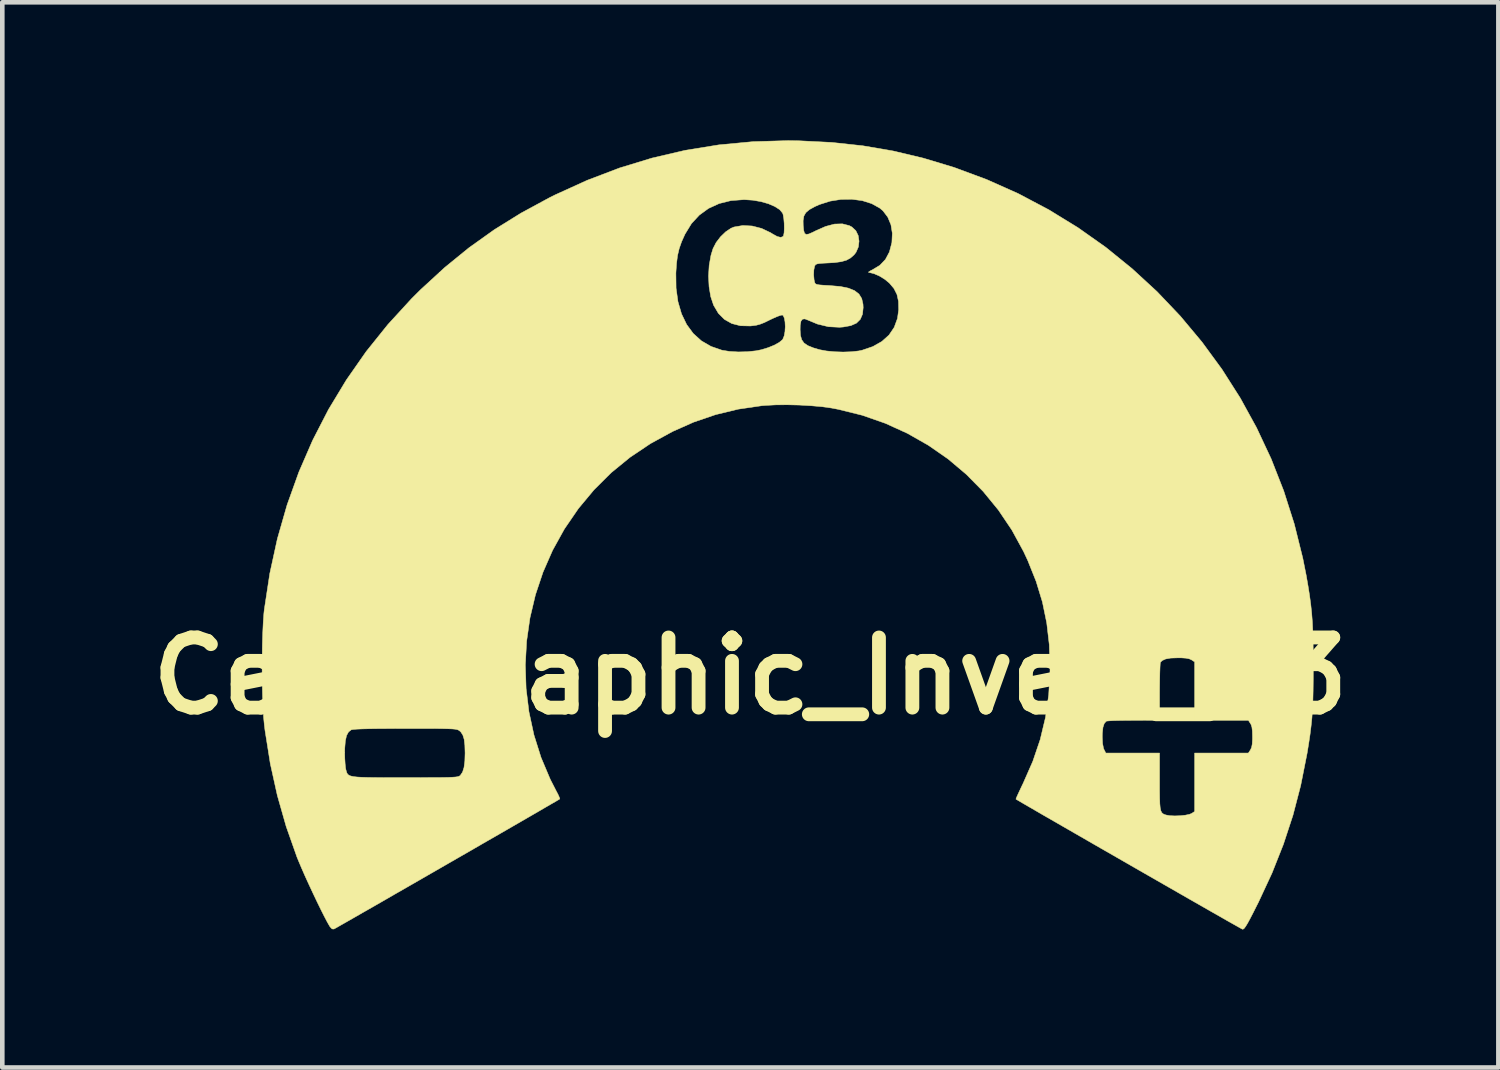
<source format=kicad_pcb>
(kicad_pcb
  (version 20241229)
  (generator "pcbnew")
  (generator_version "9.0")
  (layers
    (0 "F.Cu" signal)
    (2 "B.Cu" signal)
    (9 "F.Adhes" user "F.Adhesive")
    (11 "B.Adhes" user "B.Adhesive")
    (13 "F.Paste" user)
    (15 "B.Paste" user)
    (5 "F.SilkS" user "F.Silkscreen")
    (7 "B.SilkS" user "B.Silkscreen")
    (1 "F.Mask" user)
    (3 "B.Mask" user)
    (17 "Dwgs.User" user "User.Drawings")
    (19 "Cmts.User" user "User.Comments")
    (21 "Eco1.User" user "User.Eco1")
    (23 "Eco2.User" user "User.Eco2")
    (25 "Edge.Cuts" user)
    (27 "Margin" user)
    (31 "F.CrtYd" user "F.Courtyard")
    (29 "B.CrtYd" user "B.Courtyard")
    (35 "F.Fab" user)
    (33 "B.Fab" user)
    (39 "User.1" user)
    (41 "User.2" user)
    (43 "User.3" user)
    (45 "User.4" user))
  (footprint "Cell_Graphic_Invert_C3"
    (layer "F.Cu")
    (at 13.252 11.634)
    (property "Reference" "Cell_Graphic_Invert_C3" (at 0 0 0) (layer "F.SilkS") (effects (font (size 1.524 1.524) (thickness 0.3))))
    (attr through_hole)
    (fp_poly (pts (xy 1.067 -11.625) (xy 1.768 -11.59) (xy 2.444 -11.517) (xy 3.103 -11.404) (xy 3.755 -11.249) (xy 4.409 -11.052) (xy 4.42 -11.049) (xy 5.134 -10.784) (xy 5.822 -10.477) (xy 6.484 -10.127) (xy 7.118 -9.738) (xy 7.722 -9.311) (xy 8.294 -8.847) (xy 8.835 -8.349) (xy 9.341 -7.817) (xy 9.812 -7.253) (xy 10.247 -6.659) (xy 10.643 -6.037) (xy 10.999 -5.389) (xy 11.315 -4.715) (xy 11.588 -4.018) (xy 11.817 -3.299) (xy 12.001 -2.56) (xy 12.076 -2.184) (xy 12.116 -1.954) (xy 12.149 -1.746) (xy 12.175 -1.552) (xy 12.195 -1.362) (xy 12.21 -1.166) (xy 12.22 -0.954) (xy 12.226 -0.718) (xy 12.229 -0.448) (xy 12.23 -0.216) (xy 12.229 0.075) (xy 12.226 0.324) (xy 12.221 0.541) (xy 12.212 0.734) (xy 12.2 0.914) (xy 12.182 1.089) (xy 12.16 1.268) (xy 12.131 1.462) (xy 12.096 1.678) (xy 12.089 1.714) (xy 11.956 2.383) (xy 11.788 3.028) (xy 11.581 3.658) (xy 11.333 4.284) (xy 11.039 4.916) (xy 11.016 4.961) (xy 10.927 5.138) (xy 10.857 5.273) (xy 10.803 5.373) (xy 10.762 5.44) (xy 10.732 5.482) (xy 10.709 5.501) (xy 10.691 5.504) (xy 10.691 5.504) (xy 10.665 5.49) (xy 10.599 5.453) (xy 10.496 5.395) (xy 10.359 5.318) (xy 10.192 5.222) (xy 9.998 5.112) (xy 9.78 4.987) (xy 9.543 4.852) (xy 9.289 4.706) (xy 9.022 4.553) (xy 8.745 4.394) (xy 8.462 4.232) (xy 8.177 4.068) (xy 7.892 3.904) (xy 7.611 3.743) (xy 7.337 3.585) (xy 7.075 3.434) (xy 6.827 3.291) (xy 6.596 3.158) (xy 6.387 3.038) (xy 6.203 2.931) (xy 6.046 2.84) (xy 5.922 2.768) (xy 5.832 2.715) (xy 5.781 2.685) (xy 5.77 2.678) (xy 5.777 2.654) (xy 5.804 2.593) (xy 5.846 2.502) (xy 5.899 2.39) (xy 5.927 2.332) (xy 6.136 1.857) (xy 6.297 1.383) (xy 6.312 1.32) (xy 7.645 1.32) (xy 7.652 1.468) (xy 7.672 1.572) (xy 7.684 1.601) (xy 7.723 1.676) (xy 8.89 1.676) (xy 8.89 2.294) (xy 8.89 2.498) (xy 8.892 2.657) (xy 8.896 2.778) (xy 8.904 2.866) (xy 8.917 2.927) (xy 8.936 2.968) (xy 8.962 2.994) (xy 8.996 3.011) (xy 9.03 3.022) (xy 9.112 3.037) (xy 9.22 3.042) (xy 9.338 3.038) (xy 9.451 3.026) (xy 9.541 3.007) (xy 9.586 2.989) (xy 9.652 2.945) (xy 9.652 1.676) (xy 10.819 1.676) (xy 10.864 1.608) (xy 10.889 1.555) (xy 10.903 1.482) (xy 10.909 1.376) (xy 10.909 1.321) (xy 10.906 1.198) (xy 10.896 1.113) (xy 10.876 1.053) (xy 10.864 1.034) (xy 10.819 0.965) (xy 9.652 0.965) (xy 9.652 -0.304) (xy 9.585 -0.348) (xy 9.534 -0.371) (xy 9.463 -0.385) (xy 9.36 -0.392) (xy 9.286 -0.392) (xy 9.132 -0.387) (xy 9.021 -0.367) (xy 8.947 -0.333) (xy 8.909 -0.295) (xy 8.904 -0.262) (xy 8.9 -0.187) (xy 8.896 -0.075) (xy 8.893 0.066) (xy 8.891 0.228) (xy 8.89 0.349) (xy 8.89 0.965) (xy 8.325 0.966) (xy 8.159 0.967) (xy 8.011 0.969) (xy 7.886 0.972) (xy 7.794 0.977) (xy 7.741 0.982) (xy 7.732 0.985) (xy 7.688 1.035) (xy 7.66 1.12) (xy 7.647 1.246) (xy 7.645 1.32) (xy 6.312 1.32) (xy 6.412 0.902) (xy 6.482 0.408) (xy 6.51 -0.109) (xy 6.51 -0.178) (xy 6.494 -0.677) (xy 6.439 -1.149) (xy 6.345 -1.605) (xy 6.208 -2.054) (xy 6.027 -2.506) (xy 5.934 -2.705) (xy 5.681 -3.169) (xy 5.388 -3.604) (xy 5.058 -4.007) (xy 4.692 -4.378) (xy 4.295 -4.713) (xy 3.867 -5.01) (xy 3.412 -5.269) (xy 2.933 -5.487) (xy 2.432 -5.662) (xy 1.911 -5.791) (xy 1.765 -5.819) (xy 1.561 -5.848) (xy 1.322 -5.869) (xy 1.064 -5.884) (xy 0.801 -5.89) (xy 0.55 -5.888) (xy 0.325 -5.876) (xy 0.25 -5.87) (xy -0.262 -5.795) (xy -0.754 -5.676) (xy -1.234 -5.512) (xy -1.689 -5.31) (xy -2.17 -5.047) (xy -2.614 -4.749) (xy -3.023 -4.415) (xy -3.396 -4.044) (xy -3.735 -3.637) (xy -4.04 -3.192) (xy -4.044 -3.185) (xy -4.297 -2.728) (xy -4.505 -2.253) (xy -4.669 -1.763) (xy -4.788 -1.261) (xy -4.861 -0.752) (xy -4.889 -0.239) (xy -4.872 0.274) (xy -4.81 0.782) (xy -4.702 1.283) (xy -4.548 1.772) (xy -4.348 2.246) (xy -4.221 2.494) (xy -4.178 2.576) (xy -4.15 2.639) (xy -4.14 2.672) (xy -4.141 2.674) (xy -4.165 2.689) (xy -4.23 2.728) (xy -4.333 2.787) (xy -4.469 2.866) (xy -4.635 2.963) (xy -4.829 3.075) (xy -5.045 3.2) (xy -5.282 3.337) (xy -5.535 3.483) (xy -5.802 3.636) (xy -6.078 3.796) (xy -6.36 3.958) (xy -6.645 4.122) (xy -6.93 4.286) (xy -7.211 4.448) (xy -7.484 4.605) (xy -7.746 4.755) (xy -7.993 4.898) (xy -8.223 5.03) (xy -8.432 5.149) (xy -8.616 5.255) (xy -8.772 5.344) (xy -8.897 5.415) (xy -8.986 5.466) (xy -9.037 5.494) (xy -9.048 5.5) (xy -9.088 5.497) (xy -9.131 5.452) (xy -9.144 5.432) (xy -9.192 5.348) (xy -9.256 5.226) (xy -9.332 5.075) (xy -9.416 4.903) (xy -9.504 4.718) (xy -9.592 4.529) (xy -9.676 4.345) (xy -9.751 4.174) (xy -9.814 4.025) (xy -9.85 3.937) (xy -10.085 3.271) (xy -10.277 2.597) (xy -10.43 1.906) (xy -10.467 1.671) (xy -8.814 1.671) (xy -8.811 1.794) (xy -8.804 1.909) (xy -8.795 1.999) (xy -8.787 2.038) (xy -8.776 2.077) (xy -8.765 2.11) (xy -8.748 2.137) (xy -8.722 2.158) (xy -8.682 2.175) (xy -8.623 2.188) (xy -8.542 2.197) (xy -8.434 2.203) (xy -8.295 2.207) (xy -8.121 2.209) (xy -7.906 2.21) (xy -7.647 2.21) (xy -7.5 2.21) (xy -7.228 2.21) (xy -7.002 2.209) (xy -6.818 2.209) (xy -6.672 2.207) (xy -6.557 2.205) (xy -6.471 2.201) (xy -6.409 2.197) (xy -6.365 2.191) (xy -6.336 2.183) (xy -6.317 2.174) (xy -6.303 2.163) (xy -6.301 2.161) (xy -6.253 2.091) (xy -6.221 1.989) (xy -6.203 1.849) (xy -6.198 1.676) (xy -6.203 1.506) (xy -6.218 1.378) (xy -6.247 1.285) (xy -6.29 1.219) (xy -6.316 1.195) (xy -6.334 1.182) (xy -6.354 1.172) (xy -6.382 1.164) (xy -6.423 1.157) (xy -6.481 1.152) (xy -6.561 1.149) (xy -6.668 1.146) (xy -6.806 1.144) (xy -6.98 1.143) (xy -7.195 1.143) (xy -7.455 1.143) (xy -7.495 1.143) (xy -7.8 1.144) (xy -8.057 1.145) (xy -8.266 1.148) (xy -8.43 1.152) (xy -8.551 1.157) (xy -8.631 1.164) (xy -8.67 1.171) (xy -8.672 1.172) (xy -8.73 1.218) (xy -8.773 1.296) (xy -8.799 1.413) (xy -8.812 1.571) (xy -8.814 1.671) (xy -10.467 1.671) (xy -10.544 1.189) (xy -10.559 1.067) (xy -10.576 0.894) (xy -10.589 0.679) (xy -10.598 0.434) (xy -10.604 0.166) (xy -10.607 -0.114) (xy -10.606 -0.396) (xy -10.602 -0.671) (xy -10.594 -0.93) (xy -10.583 -1.163) (xy -10.569 -1.359) (xy -10.559 -1.448) (xy -10.441 -2.223) (xy -10.276 -2.979) (xy -10.065 -3.715) (xy -9.809 -4.429) (xy -9.509 -5.12) (xy -9.165 -5.788) (xy -8.777 -6.43) (xy -8.347 -7.046) (xy -7.874 -7.635) (xy -7.36 -8.196) (xy -7.16 -8.395) (xy -6.773 -8.75) (xy -1.618 -8.75) (xy -1.614 -8.425) (xy -1.573 -8.13) (xy -1.496 -7.866) (xy -1.385 -7.635) (xy -1.241 -7.439) (xy -1.064 -7.279) (xy -0.855 -7.158) (xy -0.616 -7.075) (xy -0.615 -7.075) (xy -0.452 -7.049) (xy -0.261 -7.038) (xy -0.062 -7.043) (xy 0.126 -7.063) (xy 0.239 -7.086) (xy 0.389 -7.132) (xy 0.521 -7.186) (xy 0.627 -7.245) (xy 0.696 -7.302) (xy 0.706 -7.317) (xy 0.735 -7.388) (xy 0.752 -7.482) (xy 0.754 -7.521) (xy 1.081 -7.521) (xy 1.089 -7.398) (xy 1.115 -7.304) (xy 1.166 -7.232) (xy 1.249 -7.175) (xy 1.37 -7.126) (xy 1.507 -7.086) (xy 1.653 -7.059) (xy 1.828 -7.042) (xy 2.015 -7.036) (xy 2.196 -7.042) (xy 2.355 -7.06) (xy 2.427 -7.075) (xy 2.661 -7.155) (xy 2.857 -7.266) (xy 3.012 -7.405) (xy 3.125 -7.572) (xy 3.196 -7.766) (xy 3.222 -7.954) (xy 3.218 -8.137) (xy 3.185 -8.287) (xy 3.119 -8.417) (xy 3.021 -8.533) (xy 2.922 -8.615) (xy 2.805 -8.687) (xy 2.686 -8.739) (xy 2.583 -8.764) (xy 2.571 -8.764) (xy 2.567 -8.774) (xy 2.603 -8.798) (xy 2.654 -8.824) (xy 2.813 -8.92) (xy 2.935 -9.048) (xy 3.021 -9.21) (xy 3.073 -9.408) (xy 3.075 -9.42) (xy 3.084 -9.617) (xy 3.054 -9.802) (xy 2.985 -9.967) (xy 2.882 -10.103) (xy 2.813 -10.162) (xy 2.637 -10.26) (xy 2.431 -10.325) (xy 2.206 -10.355) (xy 1.969 -10.352) (xy 1.732 -10.314) (xy 1.502 -10.241) (xy 1.403 -10.197) (xy 1.283 -10.131) (xy 1.205 -10.065) (xy 1.162 -9.988) (xy 1.146 -9.889) (xy 1.148 -9.788) (xy 1.158 -9.682) (xy 1.176 -9.618) (xy 1.21 -9.591) (xy 1.269 -9.6) (xy 1.359 -9.639) (xy 1.42 -9.67) (xy 1.635 -9.765) (xy 1.828 -9.816) (xy 1.999 -9.821) (xy 2.15 -9.782) (xy 2.206 -9.752) (xy 2.291 -9.673) (xy 2.343 -9.566) (xy 2.361 -9.444) (xy 2.346 -9.319) (xy 2.295 -9.202) (xy 2.253 -9.148) (xy 2.176 -9.08) (xy 2.087 -9.031) (xy 1.974 -8.999) (xy 1.828 -8.979) (xy 1.706 -8.972) (xy 1.582 -8.966) (xy 1.498 -8.959) (xy 1.447 -8.95) (xy 1.418 -8.935) (xy 1.402 -8.914) (xy 1.395 -8.897) (xy 1.379 -8.818) (xy 1.375 -8.713) (xy 1.384 -8.609) (xy 1.394 -8.56) (xy 1.403 -8.534) (xy 1.419 -8.515) (xy 1.451 -8.503) (xy 1.507 -8.494) (xy 1.596 -8.487) (xy 1.727 -8.48) (xy 1.734 -8.479) (xy 1.955 -8.46) (xy 2.13 -8.424) (xy 2.264 -8.37) (xy 2.359 -8.296) (xy 2.419 -8.199) (xy 2.447 -8.077) (xy 2.451 -8.001) (xy 2.436 -7.857) (xy 2.388 -7.746) (xy 2.305 -7.664) (xy 2.183 -7.61) (xy 2.019 -7.58) (xy 1.937 -7.574) (xy 1.698 -7.586) (xy 1.457 -7.644) (xy 1.261 -7.726) (xy 1.184 -7.756) (xy 1.131 -7.75) (xy 1.099 -7.706) (xy 1.083 -7.619) (xy 1.081 -7.521) (xy 0.754 -7.521) (xy 0.758 -7.587) (xy 0.753 -7.689) (xy 0.738 -7.774) (xy 0.712 -7.829) (xy 0.696 -7.84) (xy 0.66 -7.835) (xy 0.589 -7.81) (xy 0.497 -7.77) (xy 0.425 -7.736) (xy 0.305 -7.677) (xy 0.21 -7.64) (xy 0.124 -7.617) (xy 0.028 -7.605) (xy -0.001 -7.602) (xy -0.215 -7.607) (xy -0.403 -7.655) (xy -0.563 -7.745) (xy -0.695 -7.877) (xy -0.797 -8.05) (xy -0.799 -8.053) (xy -0.861 -8.239) (xy -0.897 -8.454) (xy -0.909 -8.686) (xy -0.895 -8.919) (xy -0.855 -9.141) (xy -0.811 -9.284) (xy -0.744 -9.414) (xy -0.649 -9.539) (xy -0.537 -9.647) (xy -0.421 -9.725) (xy -0.356 -9.752) (xy -0.164 -9.785) (xy 0.04 -9.774) (xy 0.245 -9.721) (xy 0.439 -9.629) (xy 0.483 -9.601) (xy 0.583 -9.546) (xy 0.66 -9.527) (xy 0.709 -9.546) (xy 0.721 -9.565) (xy 0.733 -9.629) (xy 0.737 -9.723) (xy 0.735 -9.832) (xy 0.726 -9.937) (xy 0.712 -10.02) (xy 0.7 -10.055) (xy 0.637 -10.13) (xy 0.531 -10.198) (xy 0.392 -10.258) (xy 0.23 -10.304) (xy 0.052 -10.335) (xy -0.132 -10.347) (xy -0.14 -10.347) (xy -0.421 -10.326) (xy -0.678 -10.262) (xy -0.908 -10.157) (xy -1.109 -10.011) (xy -1.28 -9.826) (xy -1.417 -9.602) (xy -1.422 -9.593) (xy -1.494 -9.433) (xy -1.546 -9.285) (xy -1.582 -9.133) (xy -1.604 -8.962) (xy -1.618 -8.756) (xy -1.618 -8.75) (xy -6.773 -8.75) (xy -6.643 -8.87) (xy -6.114 -9.301) (xy -5.563 -9.694) (xy -4.983 -10.054) (xy -4.367 -10.388) (xy -4.245 -10.449) (xy -3.548 -10.766) (xy -2.845 -11.034) (xy -2.134 -11.251) (xy -1.414 -11.419) (xy -0.683 -11.537) (xy 0.061 -11.607) (xy 0.819 -11.629) (xy 1.067 -11.625)) (stroke (width 0.01) (type solid)) (fill yes) (layer "F.SilkS")))
  (gr_rect
    (start -3 -3)
    (end 29.503 20.142)
    (stroke (width 0.1) (type default))
    (fill no)
    (layer "Edge.Cuts")))
</source>
